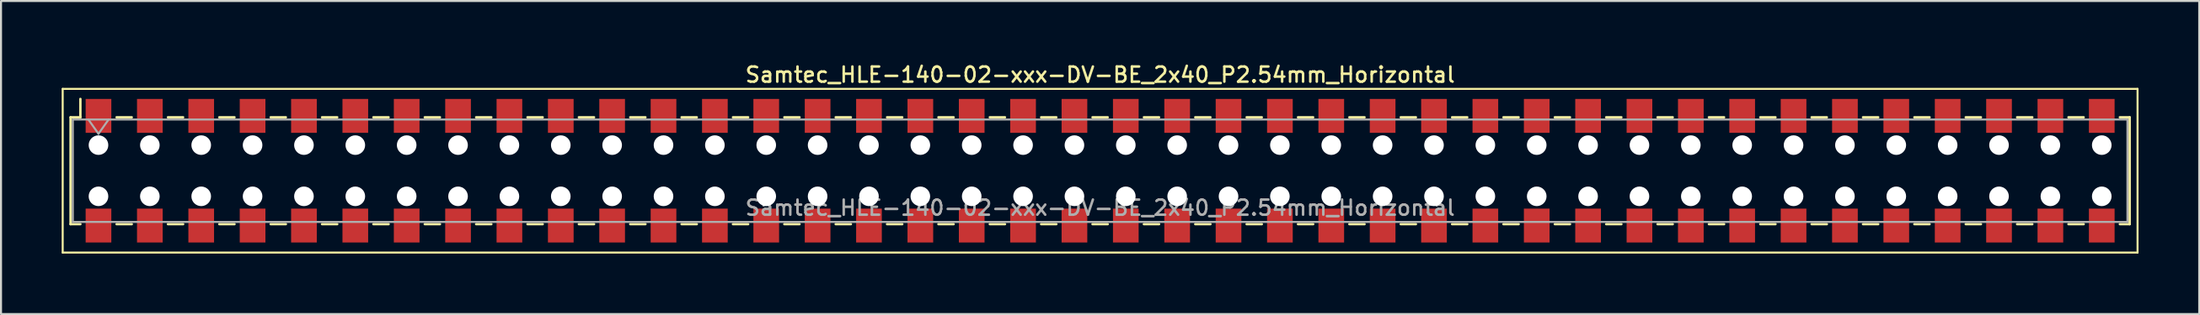
<source format=kicad_pcb>
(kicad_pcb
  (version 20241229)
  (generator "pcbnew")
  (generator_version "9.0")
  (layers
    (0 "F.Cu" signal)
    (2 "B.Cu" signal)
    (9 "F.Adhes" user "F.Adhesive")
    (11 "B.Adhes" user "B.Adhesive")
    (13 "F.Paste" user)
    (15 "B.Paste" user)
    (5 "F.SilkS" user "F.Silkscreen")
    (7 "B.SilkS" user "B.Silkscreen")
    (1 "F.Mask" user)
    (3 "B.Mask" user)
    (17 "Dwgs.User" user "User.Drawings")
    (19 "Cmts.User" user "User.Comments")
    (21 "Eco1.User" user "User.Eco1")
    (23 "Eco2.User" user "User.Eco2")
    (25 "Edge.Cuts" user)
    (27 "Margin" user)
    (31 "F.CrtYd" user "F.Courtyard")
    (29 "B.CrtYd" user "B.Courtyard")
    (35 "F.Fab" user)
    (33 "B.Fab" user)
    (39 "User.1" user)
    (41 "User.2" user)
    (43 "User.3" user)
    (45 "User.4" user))
  (footprint "Samtec_HLE-140-02-xxx-DV-BE_2x40_P2.54mm_Horizontal"
    (layer "F.Cu")
    (at 51.35 5.418)
    (property "Reference" "Samtec_HLE-140-02-xxx-DV-BE_2x40_P2.54mm_Horizontal" (at 0 -4.76 0) (layer "F.SilkS") (effects (font (size 0.75 0.75) (thickness 0.125))))
    (attr smd)
    (fp_line (start -51.3 -4.06) (end 51.3 -4.06) (stroke (width 0.1) (type solid)) (layer "F.SilkS"))
    (fp_line (start -51.3 4.06) (end -51.3 -4.06) (stroke (width 0.1) (type solid)) (layer "F.SilkS"))
    (fp_line (start -50.91 -2.65) (end -50.91 2.65) (stroke (width 0.12) (type solid)) (layer "F.SilkS"))
    (fp_line (start -50.91 2.65) (end -50.425 2.65) (stroke (width 0.12) (type solid)) (layer "F.SilkS"))
    (fp_line (start -50.425 -3.56) (end -50.425 -2.65) (stroke (width 0.12) (type solid)) (layer "F.SilkS"))
    (fp_line (start -50.425 -2.65) (end -50.91 -2.65) (stroke (width 0.12) (type solid)) (layer "F.SilkS"))
    (fp_line (start -48.635 -2.65) (end -47.885 -2.65) (stroke (width 0.12) (type solid)) (layer "F.SilkS"))
    (fp_line (start -48.635 2.65) (end -47.885 2.65) (stroke (width 0.12) (type solid)) (layer "F.SilkS"))
    (fp_line (start -46.095 -2.65) (end -45.345 -2.65) (stroke (width 0.12) (type solid)) (layer "F.SilkS"))
    (fp_line (start -46.095 2.65) (end -45.345 2.65) (stroke (width 0.12) (type solid)) (layer "F.SilkS"))
    (fp_line (start -43.555 -2.65) (end -42.805 -2.65) (stroke (width 0.12) (type solid)) (layer "F.SilkS"))
    (fp_line (start -43.555 2.65) (end -42.805 2.65) (stroke (width 0.12) (type solid)) (layer "F.SilkS"))
    (fp_line (start -41.015 -2.65) (end -40.265 -2.65) (stroke (width 0.12) (type solid)) (layer "F.SilkS"))
    (fp_line (start -41.015 2.65) (end -40.265 2.65) (stroke (width 0.12) (type solid)) (layer "F.SilkS"))
    (fp_line (start -38.475 -2.65) (end -37.725 -2.65) (stroke (width 0.12) (type solid)) (layer "F.SilkS"))
    (fp_line (start -38.475 2.65) (end -37.725 2.65) (stroke (width 0.12) (type solid)) (layer "F.SilkS"))
    (fp_line (start -35.935 -2.65) (end -35.185 -2.65) (stroke (width 0.12) (type solid)) (layer "F.SilkS"))
    (fp_line (start -35.935 2.65) (end -35.185 2.65) (stroke (width 0.12) (type solid)) (layer "F.SilkS"))
    (fp_line (start -33.395 -2.65) (end -32.645 -2.65) (stroke (width 0.12) (type solid)) (layer "F.SilkS"))
    (fp_line (start -33.395 2.65) (end -32.645 2.65) (stroke (width 0.12) (type solid)) (layer "F.SilkS"))
    (fp_line (start -30.855 -2.65) (end -30.105 -2.65) (stroke (width 0.12) (type solid)) (layer "F.SilkS"))
    (fp_line (start -30.855 2.65) (end -30.105 2.65) (stroke (width 0.12) (type solid)) (layer "F.SilkS"))
    (fp_line (start -28.315 -2.65) (end -27.565 -2.65) (stroke (width 0.12) (type solid)) (layer "F.SilkS"))
    (fp_line (start -28.315 2.65) (end -27.565 2.65) (stroke (width 0.12) (type solid)) (layer "F.SilkS"))
    (fp_line (start -25.775 -2.65) (end -25.025 -2.65) (stroke (width 0.12) (type solid)) (layer "F.SilkS"))
    (fp_line (start -25.775 2.65) (end -25.025 2.65) (stroke (width 0.12) (type solid)) (layer "F.SilkS"))
    (fp_line (start -23.235 -2.65) (end -22.485 -2.65) (stroke (width 0.12) (type solid)) (layer "F.SilkS"))
    (fp_line (start -23.235 2.65) (end -22.485 2.65) (stroke (width 0.12) (type solid)) (layer "F.SilkS"))
    (fp_line (start -20.695 -2.65) (end -19.945 -2.65) (stroke (width 0.12) (type solid)) (layer "F.SilkS"))
    (fp_line (start -20.695 2.65) (end -19.945 2.65) (stroke (width 0.12) (type solid)) (layer "F.SilkS"))
    (fp_line (start -18.155 -2.65) (end -17.405 -2.65) (stroke (width 0.12) (type solid)) (layer "F.SilkS"))
    (fp_line (start -18.155 2.65) (end -17.405 2.65) (stroke (width 0.12) (type solid)) (layer "F.SilkS"))
    (fp_line (start -15.615 -2.65) (end -14.865 -2.65) (stroke (width 0.12) (type solid)) (layer "F.SilkS"))
    (fp_line (start -15.615 2.65) (end -14.865 2.65) (stroke (width 0.12) (type solid)) (layer "F.SilkS"))
    (fp_line (start -13.075 -2.65) (end -12.325 -2.65) (stroke (width 0.12) (type solid)) (layer "F.SilkS"))
    (fp_line (start -13.075 2.65) (end -12.325 2.65) (stroke (width 0.12) (type solid)) (layer "F.SilkS"))
    (fp_line (start -10.535 -2.65) (end -9.785 -2.65) (stroke (width 0.12) (type solid)) (layer "F.SilkS"))
    (fp_line (start -10.535 2.65) (end -9.785 2.65) (stroke (width 0.12) (type solid)) (layer "F.SilkS"))
    (fp_line (start -7.995 -2.65) (end -7.245 -2.65) (stroke (width 0.12) (type solid)) (layer "F.SilkS"))
    (fp_line (start -7.995 2.65) (end -7.245 2.65) (stroke (width 0.12) (type solid)) (layer "F.SilkS"))
    (fp_line (start -5.455 -2.65) (end -4.705 -2.65) (stroke (width 0.12) (type solid)) (layer "F.SilkS"))
    (fp_line (start -5.455 2.65) (end -4.705 2.65) (stroke (width 0.12) (type solid)) (layer "F.SilkS"))
    (fp_line (start -2.915 -2.65) (end -2.165 -2.65) (stroke (width 0.12) (type solid)) (layer "F.SilkS"))
    (fp_line (start -2.915 2.65) (end -2.165 2.65) (stroke (width 0.12) (type solid)) (layer "F.SilkS"))
    (fp_line (start -0.375 -2.65) (end 0.375 -2.65) (stroke (width 0.12) (type solid)) (layer "F.SilkS"))
    (fp_line (start -0.375 2.65) (end 0.375 2.65) (stroke (width 0.12) (type solid)) (layer "F.SilkS"))
    (fp_line (start 2.165 -2.65) (end 2.915 -2.65) (stroke (width 0.12) (type solid)) (layer "F.SilkS"))
    (fp_line (start 2.165 2.65) (end 2.915 2.65) (stroke (width 0.12) (type solid)) (layer "F.SilkS"))
    (fp_line (start 4.705 -2.65) (end 5.455 -2.65) (stroke (width 0.12) (type solid)) (layer "F.SilkS"))
    (fp_line (start 4.705 2.65) (end 5.455 2.65) (stroke (width 0.12) (type solid)) (layer "F.SilkS"))
    (fp_line (start 7.245 -2.65) (end 7.995 -2.65) (stroke (width 0.12) (type solid)) (layer "F.SilkS"))
    (fp_line (start 7.245 2.65) (end 7.995 2.65) (stroke (width 0.12) (type solid)) (layer "F.SilkS"))
    (fp_line (start 9.785 -2.65) (end 10.535 -2.65) (stroke (width 0.12) (type solid)) (layer "F.SilkS"))
    (fp_line (start 9.785 2.65) (end 10.535 2.65) (stroke (width 0.12) (type solid)) (layer "F.SilkS"))
    (fp_line (start 12.325 -2.65) (end 13.075 -2.65) (stroke (width 0.12) (type solid)) (layer "F.SilkS"))
    (fp_line (start 12.325 2.65) (end 13.075 2.65) (stroke (width 0.12) (type solid)) (layer "F.SilkS"))
    (fp_line (start 14.865 -2.65) (end 15.615 -2.65) (stroke (width 0.12) (type solid)) (layer "F.SilkS"))
    (fp_line (start 14.865 2.65) (end 15.615 2.65) (stroke (width 0.12) (type solid)) (layer "F.SilkS"))
    (fp_line (start 17.405 -2.65) (end 18.155 -2.65) (stroke (width 0.12) (type solid)) (layer "F.SilkS"))
    (fp_line (start 17.405 2.65) (end 18.155 2.65) (stroke (width 0.12) (type solid)) (layer "F.SilkS"))
    (fp_line (start 19.945 -2.65) (end 20.695 -2.65) (stroke (width 0.12) (type solid)) (layer "F.SilkS"))
    (fp_line (start 19.945 2.65) (end 20.695 2.65) (stroke (width 0.12) (type solid)) (layer "F.SilkS"))
    (fp_line (start 22.485 -2.65) (end 23.235 -2.65) (stroke (width 0.12) (type solid)) (layer "F.SilkS"))
    (fp_line (start 22.485 2.65) (end 23.235 2.65) (stroke (width 0.12) (type solid)) (layer "F.SilkS"))
    (fp_line (start 25.025 -2.65) (end 25.775 -2.65) (stroke (width 0.12) (type solid)) (layer "F.SilkS"))
    (fp_line (start 25.025 2.65) (end 25.775 2.65) (stroke (width 0.12) (type solid)) (layer "F.SilkS"))
    (fp_line (start 27.565 -2.65) (end 28.315 -2.65) (stroke (width 0.12) (type solid)) (layer "F.SilkS"))
    (fp_line (start 27.565 2.65) (end 28.315 2.65) (stroke (width 0.12) (type solid)) (layer "F.SilkS"))
    (fp_line (start 30.105 -2.65) (end 30.855 -2.65) (stroke (width 0.12) (type solid)) (layer "F.SilkS"))
    (fp_line (start 30.105 2.65) (end 30.855 2.65) (stroke (width 0.12) (type solid)) (layer "F.SilkS"))
    (fp_line (start 32.645 -2.65) (end 33.395 -2.65) (stroke (width 0.12) (type solid)) (layer "F.SilkS"))
    (fp_line (start 32.645 2.65) (end 33.395 2.65) (stroke (width 0.12) (type solid)) (layer "F.SilkS"))
    (fp_line (start 35.185 -2.65) (end 35.935 -2.65) (stroke (width 0.12) (type solid)) (layer "F.SilkS"))
    (fp_line (start 35.185 2.65) (end 35.935 2.65) (stroke (width 0.12) (type solid)) (layer "F.SilkS"))
    (fp_line (start 37.725 -2.65) (end 38.475 -2.65) (stroke (width 0.12) (type solid)) (layer "F.SilkS"))
    (fp_line (start 37.725 2.65) (end 38.475 2.65) (stroke (width 0.12) (type solid)) (layer "F.SilkS"))
    (fp_line (start 40.265 -2.65) (end 41.015 -2.65) (stroke (width 0.12) (type solid)) (layer "F.SilkS"))
    (fp_line (start 40.265 2.65) (end 41.015 2.65) (stroke (width 0.12) (type solid)) (layer "F.SilkS"))
    (fp_line (start 42.805 -2.65) (end 43.555 -2.65) (stroke (width 0.12) (type solid)) (layer "F.SilkS"))
    (fp_line (start 42.805 2.65) (end 43.555 2.65) (stroke (width 0.12) (type solid)) (layer "F.SilkS"))
    (fp_line (start 45.345 -2.65) (end 46.095 -2.65) (stroke (width 0.12) (type solid)) (layer "F.SilkS"))
    (fp_line (start 45.345 2.65) (end 46.095 2.65) (stroke (width 0.12) (type solid)) (layer "F.SilkS"))
    (fp_line (start 47.885 -2.65) (end 48.635 -2.65) (stroke (width 0.12) (type solid)) (layer "F.SilkS"))
    (fp_line (start 47.885 2.65) (end 48.635 2.65) (stroke (width 0.12) (type solid)) (layer "F.SilkS"))
    (fp_line (start 50.425 -2.65) (end 50.91 -2.65) (stroke (width 0.12) (type solid)) (layer "F.SilkS"))
    (fp_line (start 50.91 -2.65) (end 50.91 2.65) (stroke (width 0.12) (type solid)) (layer "F.SilkS"))
    (fp_line (start 50.91 2.65) (end 50.425 2.65) (stroke (width 0.12) (type solid)) (layer "F.SilkS"))
    (fp_line (start 51.3 -4.06) (end 51.3 4.06) (stroke (width 0.1) (type solid)) (layer "F.SilkS"))
    (fp_line (start 51.3 4.06) (end -51.3 4.06) (stroke (width 0.1) (type solid)) (layer "F.SilkS"))
    (fp_line (start -50.8 -2.54) (end 50.8 -2.54) (stroke (width 0.1) (type solid)) (layer "F.Fab"))
    (fp_line (start -50.8 2.54) (end -50.8 -2.54) (stroke (width 0.1) (type solid)) (layer "F.Fab"))
    (fp_line (start -50.03 -2.54) (end -49.53 -1.833) (stroke (width 0.1) (type solid)) (layer "F.Fab"))
    (fp_line (start -49.53 -1.833) (end -49.03 -2.54) (stroke (width 0.1) (type solid)) (layer "F.Fab"))
    (fp_line (start 50.8 -2.54) (end 50.8 2.54) (stroke (width 0.1) (type solid)) (layer "F.Fab"))
    (fp_line (start 50.8 2.54) (end -50.8 2.54) (stroke (width 0.1) (type solid)) (layer "F.Fab"))
    (fp_text user "${REFERENCE}" (at 0 1.84 0) (layer "F.Fab") (effects (font (size 0.75 0.75) (thickness 0.125))))
    (pad "" np_thru_hole circle (at -49.53 -1.27) (size 0.97 0.97) (drill 0.97) (layers "*.Cu" "*.Mask"))
    (pad "" np_thru_hole circle (at -49.53 1.27) (size 0.97 0.97) (drill 0.97) (layers "*.Cu" "*.Mask"))
    (pad "" np_thru_hole circle (at -46.99 -1.27) (size 0.97 0.97) (drill 0.97) (layers "*.Cu" "*.Mask"))
    (pad "" np_thru_hole circle (at -46.99 1.27) (size 0.97 0.97) (drill 0.97) (layers "*.Cu" "*.Mask"))
    (pad "" np_thru_hole circle (at -44.45 -1.27) (size 0.97 0.97) (drill 0.97) (layers "*.Cu" "*.Mask"))
    (pad "" np_thru_hole circle (at -44.45 1.27) (size 0.97 0.97) (drill 0.97) (layers "*.Cu" "*.Mask"))
    (pad "" np_thru_hole circle (at -41.91 -1.27) (size 0.97 0.97) (drill 0.97) (layers "*.Cu" "*.Mask"))
    (pad "" np_thru_hole circle (at -41.91 1.27) (size 0.97 0.97) (drill 0.97) (layers "*.Cu" "*.Mask"))
    (pad "" np_thru_hole circle (at -39.37 -1.27) (size 0.97 0.97) (drill 0.97) (layers "*.Cu" "*.Mask"))
    (pad "" np_thru_hole circle (at -39.37 1.27) (size 0.97 0.97) (drill 0.97) (layers "*.Cu" "*.Mask"))
    (pad "" np_thru_hole circle (at -36.83 -1.27) (size 0.97 0.97) (drill 0.97) (layers "*.Cu" "*.Mask"))
    (pad "" np_thru_hole circle (at -36.83 1.27) (size 0.97 0.97) (drill 0.97) (layers "*.Cu" "*.Mask"))
    (pad "" np_thru_hole circle (at -34.29 -1.27) (size 0.97 0.97) (drill 0.97) (layers "*.Cu" "*.Mask"))
    (pad "" np_thru_hole circle (at -34.29 1.27) (size 0.97 0.97) (drill 0.97) (layers "*.Cu" "*.Mask"))
    (pad "" np_thru_hole circle (at -31.75 -1.27) (size 0.97 0.97) (drill 0.97) (layers "*.Cu" "*.Mask"))
    (pad "" np_thru_hole circle (at -31.75 1.27) (size 0.97 0.97) (drill 0.97) (layers "*.Cu" "*.Mask"))
    (pad "" np_thru_hole circle (at -29.21 -1.27) (size 0.97 0.97) (drill 0.97) (layers "*.Cu" "*.Mask"))
    (pad "" np_thru_hole circle (at -29.21 1.27) (size 0.97 0.97) (drill 0.97) (layers "*.Cu" "*.Mask"))
    (pad "" np_thru_hole circle (at -26.67 -1.27) (size 0.97 0.97) (drill 0.97) (layers "*.Cu" "*.Mask"))
    (pad "" np_thru_hole circle (at -26.67 1.27) (size 0.97 0.97) (drill 0.97) (layers "*.Cu" "*.Mask"))
    (pad "" np_thru_hole circle (at -24.13 -1.27) (size 0.97 0.97) (drill 0.97) (layers "*.Cu" "*.Mask"))
    (pad "" np_thru_hole circle (at -24.13 1.27) (size 0.97 0.97) (drill 0.97) (layers "*.Cu" "*.Mask"))
    (pad "" np_thru_hole circle (at -21.59 -1.27) (size 0.97 0.97) (drill 0.97) (layers "*.Cu" "*.Mask"))
    (pad "" np_thru_hole circle (at -21.59 1.27) (size 0.97 0.97) (drill 0.97) (layers "*.Cu" "*.Mask"))
    (pad "" np_thru_hole circle (at -19.05 -1.27) (size 0.97 0.97) (drill 0.97) (layers "*.Cu" "*.Mask"))
    (pad "" np_thru_hole circle (at -19.05 1.27) (size 0.97 0.97) (drill 0.97) (layers "*.Cu" "*.Mask"))
    (pad "" np_thru_hole circle (at -16.51 -1.27) (size 0.97 0.97) (drill 0.97) (layers "*.Cu" "*.Mask"))
    (pad "" np_thru_hole circle (at -16.51 1.27) (size 0.97 0.97) (drill 0.97) (layers "*.Cu" "*.Mask"))
    (pad "" np_thru_hole circle (at -13.97 -1.27) (size 0.97 0.97) (drill 0.97) (layers "*.Cu" "*.Mask"))
    (pad "" np_thru_hole circle (at -13.97 1.27) (size 0.97 0.97) (drill 0.97) (layers "*.Cu" "*.Mask"))
    (pad "" np_thru_hole circle (at -11.43 -1.27) (size 0.97 0.97) (drill 0.97) (layers "*.Cu" "*.Mask"))
    (pad "" np_thru_hole circle (at -11.43 1.27) (size 0.97 0.97) (drill 0.97) (layers "*.Cu" "*.Mask"))
    (pad "" np_thru_hole circle (at -8.89 -1.27) (size 0.97 0.97) (drill 0.97) (layers "*.Cu" "*.Mask"))
    (pad "" np_thru_hole circle (at -8.89 1.27) (size 0.97 0.97) (drill 0.97) (layers "*.Cu" "*.Mask"))
    (pad "" np_thru_hole circle (at -6.35 -1.27) (size 0.97 0.97) (drill 0.97) (layers "*.Cu" "*.Mask"))
    (pad "" np_thru_hole circle (at -6.35 1.27) (size 0.97 0.97) (drill 0.97) (layers "*.Cu" "*.Mask"))
    (pad "" np_thru_hole circle (at -3.81 -1.27) (size 0.97 0.97) (drill 0.97) (layers "*.Cu" "*.Mask"))
    (pad "" np_thru_hole circle (at -3.81 1.27) (size 0.97 0.97) (drill 0.97) (layers "*.Cu" "*.Mask"))
    (pad "" np_thru_hole circle (at -1.27 -1.27) (size 0.97 0.97) (drill 0.97) (layers "*.Cu" "*.Mask"))
    (pad "" np_thru_hole circle (at -1.27 1.27) (size 0.97 0.97) (drill 0.97) (layers "*.Cu" "*.Mask"))
    (pad "" np_thru_hole circle (at 1.27 -1.27) (size 0.97 0.97) (drill 0.97) (layers "*.Cu" "*.Mask"))
    (pad "" np_thru_hole circle (at 1.27 1.27) (size 0.97 0.97) (drill 0.97) (layers "*.Cu" "*.Mask"))
    (pad "" np_thru_hole circle (at 3.81 -1.27) (size 0.97 0.97) (drill 0.97) (layers "*.Cu" "*.Mask"))
    (pad "" np_thru_hole circle (at 3.81 1.27) (size 0.97 0.97) (drill 0.97) (layers "*.Cu" "*.Mask"))
    (pad "" np_thru_hole circle (at 6.35 -1.27) (size 0.97 0.97) (drill 0.97) (layers "*.Cu" "*.Mask"))
    (pad "" np_thru_hole circle (at 6.35 1.27) (size 0.97 0.97) (drill 0.97) (layers "*.Cu" "*.Mask"))
    (pad "" np_thru_hole circle (at 8.89 -1.27) (size 0.97 0.97) (drill 0.97) (layers "*.Cu" "*.Mask"))
    (pad "" np_thru_hole circle (at 8.89 1.27) (size 0.97 0.97) (drill 0.97) (layers "*.Cu" "*.Mask"))
    (pad "" np_thru_hole circle (at 11.43 -1.27) (size 0.97 0.97) (drill 0.97) (layers "*.Cu" "*.Mask"))
    (pad "" np_thru_hole circle (at 11.43 1.27) (size 0.97 0.97) (drill 0.97) (layers "*.Cu" "*.Mask"))
    (pad "" np_thru_hole circle (at 13.97 -1.27) (size 0.97 0.97) (drill 0.97) (layers "*.Cu" "*.Mask"))
    (pad "" np_thru_hole circle (at 13.97 1.27) (size 0.97 0.97) (drill 0.97) (layers "*.Cu" "*.Mask"))
    (pad "" np_thru_hole circle (at 16.51 -1.27) (size 0.97 0.97) (drill 0.97) (layers "*.Cu" "*.Mask"))
    (pad "" np_thru_hole circle (at 16.51 1.27) (size 0.97 0.97) (drill 0.97) (layers "*.Cu" "*.Mask"))
    (pad "" np_thru_hole circle (at 19.05 -1.27) (size 0.97 0.97) (drill 0.97) (layers "*.Cu" "*.Mask"))
    (pad "" np_thru_hole circle (at 19.05 1.27) (size 0.97 0.97) (drill 0.97) (layers "*.Cu" "*.Mask"))
    (pad "" np_thru_hole circle (at 21.59 -1.27) (size 0.97 0.97) (drill 0.97) (layers "*.Cu" "*.Mask"))
    (pad "" np_thru_hole circle (at 21.59 1.27) (size 0.97 0.97) (drill 0.97) (layers "*.Cu" "*.Mask"))
    (pad "" np_thru_hole circle (at 24.13 -1.27) (size 0.97 0.97) (drill 0.97) (layers "*.Cu" "*.Mask"))
    (pad "" np_thru_hole circle (at 24.13 1.27) (size 0.97 0.97) (drill 0.97) (layers "*.Cu" "*.Mask"))
    (pad "" np_thru_hole circle (at 26.67 -1.27) (size 0.97 0.97) (drill 0.97) (layers "*.Cu" "*.Mask"))
    (pad "" np_thru_hole circle (at 26.67 1.27) (size 0.97 0.97) (drill 0.97) (layers "*.Cu" "*.Mask"))
    (pad "" np_thru_hole circle (at 29.21 -1.27) (size 0.97 0.97) (drill 0.97) (layers "*.Cu" "*.Mask"))
    (pad "" np_thru_hole circle (at 29.21 1.27) (size 0.97 0.97) (drill 0.97) (layers "*.Cu" "*.Mask"))
    (pad "" np_thru_hole circle (at 31.75 -1.27) (size 0.97 0.97) (drill 0.97) (layers "*.Cu" "*.Mask"))
    (pad "" np_thru_hole circle (at 31.75 1.27) (size 0.97 0.97) (drill 0.97) (layers "*.Cu" "*.Mask"))
    (pad "" np_thru_hole circle (at 34.29 -1.27) (size 0.97 0.97) (drill 0.97) (layers "*.Cu" "*.Mask"))
    (pad "" np_thru_hole circle (at 34.29 1.27) (size 0.97 0.97) (drill 0.97) (layers "*.Cu" "*.Mask"))
    (pad "" np_thru_hole circle (at 36.83 -1.27) (size 0.97 0.97) (drill 0.97) (layers "*.Cu" "*.Mask"))
    (pad "" np_thru_hole circle (at 36.83 1.27) (size 0.97 0.97) (drill 0.97) (layers "*.Cu" "*.Mask"))
    (pad "" np_thru_hole circle (at 39.37 -1.27) (size 0.97 0.97) (drill 0.97) (layers "*.Cu" "*.Mask"))
    (pad "" np_thru_hole circle (at 39.37 1.27) (size 0.97 0.97) (drill 0.97) (layers "*.Cu" "*.Mask"))
    (pad "" np_thru_hole circle (at 41.91 -1.27) (size 0.97 0.97) (drill 0.97) (layers "*.Cu" "*.Mask"))
    (pad "" np_thru_hole circle (at 41.91 1.27) (size 0.97 0.97) (drill 0.97) (layers "*.Cu" "*.Mask"))
    (pad "" np_thru_hole circle (at 44.45 -1.27) (size 0.97 0.97) (drill 0.97) (layers "*.Cu" "*.Mask"))
    (pad "" np_thru_hole circle (at 44.45 1.27) (size 0.97 0.97) (drill 0.97) (layers "*.Cu" "*.Mask"))
    (pad "" np_thru_hole circle (at 46.99 -1.27) (size 0.97 0.97) (drill 0.97) (layers "*.Cu" "*.Mask"))
    (pad "" np_thru_hole circle (at 46.99 1.27) (size 0.97 0.97) (drill 0.97) (layers "*.Cu" "*.Mask"))
    (pad "" np_thru_hole circle (at 49.53 -1.27) (size 0.97 0.97) (drill 0.97) (layers "*.Cu" "*.Mask"))
    (pad "" np_thru_hole circle (at 49.53 1.27) (size 0.97 0.97) (drill 0.97) (layers "*.Cu" "*.Mask"))
    (pad "1" smd rect (at -49.53 -2.72) (size 1.27 1.68) (layers "F.Cu" "F.Mask" "F.Paste"))
    (pad "2" smd rect (at -49.53 2.72) (size 1.27 1.68) (layers "F.Cu" "F.Mask" "F.Paste"))
    (pad "3" smd rect (at -46.99 -2.72) (size 1.27 1.68) (layers "F.Cu" "F.Mask" "F.Paste"))
    (pad "4" smd rect (at -46.99 2.72) (size 1.27 1.68) (layers "F.Cu" "F.Mask" "F.Paste"))
    (pad "5" smd rect (at -44.45 -2.72) (size 1.27 1.68) (layers "F.Cu" "F.Mask" "F.Paste"))
    (pad "6" smd rect (at -44.45 2.72) (size 1.27 1.68) (layers "F.Cu" "F.Mask" "F.Paste"))
    (pad "7" smd rect (at -41.91 -2.72) (size 1.27 1.68) (layers "F.Cu" "F.Mask" "F.Paste"))
    (pad "8" smd rect (at -41.91 2.72) (size 1.27 1.68) (layers "F.Cu" "F.Mask" "F.Paste"))
    (pad "9" smd rect (at -39.37 -2.72) (size 1.27 1.68) (layers "F.Cu" "F.Mask" "F.Paste"))
    (pad "10" smd rect (at -39.37 2.72) (size 1.27 1.68) (layers "F.Cu" "F.Mask" "F.Paste"))
    (pad "11" smd rect (at -36.83 -2.72) (size 1.27 1.68) (layers "F.Cu" "F.Mask" "F.Paste"))
    (pad "12" smd rect (at -36.83 2.72) (size 1.27 1.68) (layers "F.Cu" "F.Mask" "F.Paste"))
    (pad "13" smd rect (at -34.29 -2.72) (size 1.27 1.68) (layers "F.Cu" "F.Mask" "F.Paste"))
    (pad "14" smd rect (at -34.29 2.72) (size 1.27 1.68) (layers "F.Cu" "F.Mask" "F.Paste"))
    (pad "15" smd rect (at -31.75 -2.72) (size 1.27 1.68) (layers "F.Cu" "F.Mask" "F.Paste"))
    (pad "16" smd rect (at -31.75 2.72) (size 1.27 1.68) (layers "F.Cu" "F.Mask" "F.Paste"))
    (pad "17" smd rect (at -29.21 -2.72) (size 1.27 1.68) (layers "F.Cu" "F.Mask" "F.Paste"))
    (pad "18" smd rect (at -29.21 2.72) (size 1.27 1.68) (layers "F.Cu" "F.Mask" "F.Paste"))
    (pad "19" smd rect (at -26.67 -2.72) (size 1.27 1.68) (layers "F.Cu" "F.Mask" "F.Paste"))
    (pad "20" smd rect (at -26.67 2.72) (size 1.27 1.68) (layers "F.Cu" "F.Mask" "F.Paste"))
    (pad "21" smd rect (at -24.13 -2.72) (size 1.27 1.68) (layers "F.Cu" "F.Mask" "F.Paste"))
    (pad "22" smd rect (at -24.13 2.72) (size 1.27 1.68) (layers "F.Cu" "F.Mask" "F.Paste"))
    (pad "23" smd rect (at -21.59 -2.72) (size 1.27 1.68) (layers "F.Cu" "F.Mask" "F.Paste"))
    (pad "24" smd rect (at -21.59 2.72) (size 1.27 1.68) (layers "F.Cu" "F.Mask" "F.Paste"))
    (pad "25" smd rect (at -19.05 -2.72) (size 1.27 1.68) (layers "F.Cu" "F.Mask" "F.Paste"))
    (pad "26" smd rect (at -19.05 2.72) (size 1.27 1.68) (layers "F.Cu" "F.Mask" "F.Paste"))
    (pad "27" smd rect (at -16.51 -2.72) (size 1.27 1.68) (layers "F.Cu" "F.Mask" "F.Paste"))
    (pad "28" smd rect (at -16.51 2.72) (size 1.27 1.68) (layers "F.Cu" "F.Mask" "F.Paste"))
    (pad "29" smd rect (at -13.97 -2.72) (size 1.27 1.68) (layers "F.Cu" "F.Mask" "F.Paste"))
    (pad "30" smd rect (at -13.97 2.72) (size 1.27 1.68) (layers "F.Cu" "F.Mask" "F.Paste"))
    (pad "31" smd rect (at -11.43 -2.72) (size 1.27 1.68) (layers "F.Cu" "F.Mask" "F.Paste"))
    (pad "32" smd rect (at -11.43 2.72) (size 1.27 1.68) (layers "F.Cu" "F.Mask" "F.Paste"))
    (pad "33" smd rect (at -8.89 -2.72) (size 1.27 1.68) (layers "F.Cu" "F.Mask" "F.Paste"))
    (pad "34" smd rect (at -8.89 2.72) (size 1.27 1.68) (layers "F.Cu" "F.Mask" "F.Paste"))
    (pad "35" smd rect (at -6.35 -2.72) (size 1.27 1.68) (layers "F.Cu" "F.Mask" "F.Paste"))
    (pad "36" smd rect (at -6.35 2.72) (size 1.27 1.68) (layers "F.Cu" "F.Mask" "F.Paste"))
    (pad "37" smd rect (at -3.81 -2.72) (size 1.27 1.68) (layers "F.Cu" "F.Mask" "F.Paste"))
    (pad "38" smd rect (at -3.81 2.72) (size 1.27 1.68) (layers "F.Cu" "F.Mask" "F.Paste"))
    (pad "39" smd rect (at -1.27 -2.72) (size 1.27 1.68) (layers "F.Cu" "F.Mask" "F.Paste"))
    (pad "40" smd rect (at -1.27 2.72) (size 1.27 1.68) (layers "F.Cu" "F.Mask" "F.Paste"))
    (pad "41" smd rect (at 1.27 -2.72) (size 1.27 1.68) (layers "F.Cu" "F.Mask" "F.Paste"))
    (pad "42" smd rect (at 1.27 2.72) (size 1.27 1.68) (layers "F.Cu" "F.Mask" "F.Paste"))
    (pad "43" smd rect (at 3.81 -2.72) (size 1.27 1.68) (layers "F.Cu" "F.Mask" "F.Paste"))
    (pad "44" smd rect (at 3.81 2.72) (size 1.27 1.68) (layers "F.Cu" "F.Mask" "F.Paste"))
    (pad "45" smd rect (at 6.35 -2.72) (size 1.27 1.68) (layers "F.Cu" "F.Mask" "F.Paste"))
    (pad "46" smd rect (at 6.35 2.72) (size 1.27 1.68) (layers "F.Cu" "F.Mask" "F.Paste"))
    (pad "47" smd rect (at 8.89 -2.72) (size 1.27 1.68) (layers "F.Cu" "F.Mask" "F.Paste"))
    (pad "48" smd rect (at 8.89 2.72) (size 1.27 1.68) (layers "F.Cu" "F.Mask" "F.Paste"))
    (pad "49" smd rect (at 11.43 -2.72) (size 1.27 1.68) (layers "F.Cu" "F.Mask" "F.Paste"))
    (pad "50" smd rect (at 11.43 2.72) (size 1.27 1.68) (layers "F.Cu" "F.Mask" "F.Paste"))
    (pad "51" smd rect (at 13.97 -2.72) (size 1.27 1.68) (layers "F.Cu" "F.Mask" "F.Paste"))
    (pad "52" smd rect (at 13.97 2.72) (size 1.27 1.68) (layers "F.Cu" "F.Mask" "F.Paste"))
    (pad "53" smd rect (at 16.51 -2.72) (size 1.27 1.68) (layers "F.Cu" "F.Mask" "F.Paste"))
    (pad "54" smd rect (at 16.51 2.72) (size 1.27 1.68) (layers "F.Cu" "F.Mask" "F.Paste"))
    (pad "55" smd rect (at 19.05 -2.72) (size 1.27 1.68) (layers "F.Cu" "F.Mask" "F.Paste"))
    (pad "56" smd rect (at 19.05 2.72) (size 1.27 1.68) (layers "F.Cu" "F.Mask" "F.Paste"))
    (pad "57" smd rect (at 21.59 -2.72) (size 1.27 1.68) (layers "F.Cu" "F.Mask" "F.Paste"))
    (pad "58" smd rect (at 21.59 2.72) (size 1.27 1.68) (layers "F.Cu" "F.Mask" "F.Paste"))
    (pad "59" smd rect (at 24.13 -2.72) (size 1.27 1.68) (layers "F.Cu" "F.Mask" "F.Paste"))
    (pad "60" smd rect (at 24.13 2.72) (size 1.27 1.68) (layers "F.Cu" "F.Mask" "F.Paste"))
    (pad "61" smd rect (at 26.67 -2.72) (size 1.27 1.68) (layers "F.Cu" "F.Mask" "F.Paste"))
    (pad "62" smd rect (at 26.67 2.72) (size 1.27 1.68) (layers "F.Cu" "F.Mask" "F.Paste"))
    (pad "63" smd rect (at 29.21 -2.72) (size 1.27 1.68) (layers "F.Cu" "F.Mask" "F.Paste"))
    (pad "64" smd rect (at 29.21 2.72) (size 1.27 1.68) (layers "F.Cu" "F.Mask" "F.Paste"))
    (pad "65" smd rect (at 31.75 -2.72) (size 1.27 1.68) (layers "F.Cu" "F.Mask" "F.Paste"))
    (pad "66" smd rect (at 31.75 2.72) (size 1.27 1.68) (layers "F.Cu" "F.Mask" "F.Paste"))
    (pad "67" smd rect (at 34.29 -2.72) (size 1.27 1.68) (layers "F.Cu" "F.Mask" "F.Paste"))
    (pad "68" smd rect (at 34.29 2.72) (size 1.27 1.68) (layers "F.Cu" "F.Mask" "F.Paste"))
    (pad "69" smd rect (at 36.83 -2.72) (size 1.27 1.68) (layers "F.Cu" "F.Mask" "F.Paste"))
    (pad "70" smd rect (at 36.83 2.72) (size 1.27 1.68) (layers "F.Cu" "F.Mask" "F.Paste"))
    (pad "71" smd rect (at 39.37 -2.72) (size 1.27 1.68) (layers "F.Cu" "F.Mask" "F.Paste"))
    (pad "72" smd rect (at 39.37 2.72) (size 1.27 1.68) (layers "F.Cu" "F.Mask" "F.Paste"))
    (pad "73" smd rect (at 41.91 -2.72) (size 1.27 1.68) (layers "F.Cu" "F.Mask" "F.Paste"))
    (pad "74" smd rect (at 41.91 2.72) (size 1.27 1.68) (layers "F.Cu" "F.Mask" "F.Paste"))
    (pad "75" smd rect (at 44.45 -2.72) (size 1.27 1.68) (layers "F.Cu" "F.Mask" "F.Paste"))
    (pad "76" smd rect (at 44.45 2.72) (size 1.27 1.68) (layers "F.Cu" "F.Mask" "F.Paste"))
    (pad "77" smd rect (at 46.99 -2.72) (size 1.27 1.68) (layers "F.Cu" "F.Mask" "F.Paste"))
    (pad "78" smd rect (at 46.99 2.72) (size 1.27 1.68) (layers "F.Cu" "F.Mask" "F.Paste"))
    (pad "79" smd rect (at 49.53 -2.72) (size 1.27 1.68) (layers "F.Cu" "F.Mask" "F.Paste"))
    (pad "80" smd rect (at 49.53 2.72) (size 1.27 1.68) (layers "F.Cu" "F.Mask" "F.Paste")))
  (gr_rect
    (start -3 -3)
    (end 105.7 12.528)
    (stroke (width 0.1) (type default))
    (fill no)
    (layer "Edge.Cuts")))
</source>
